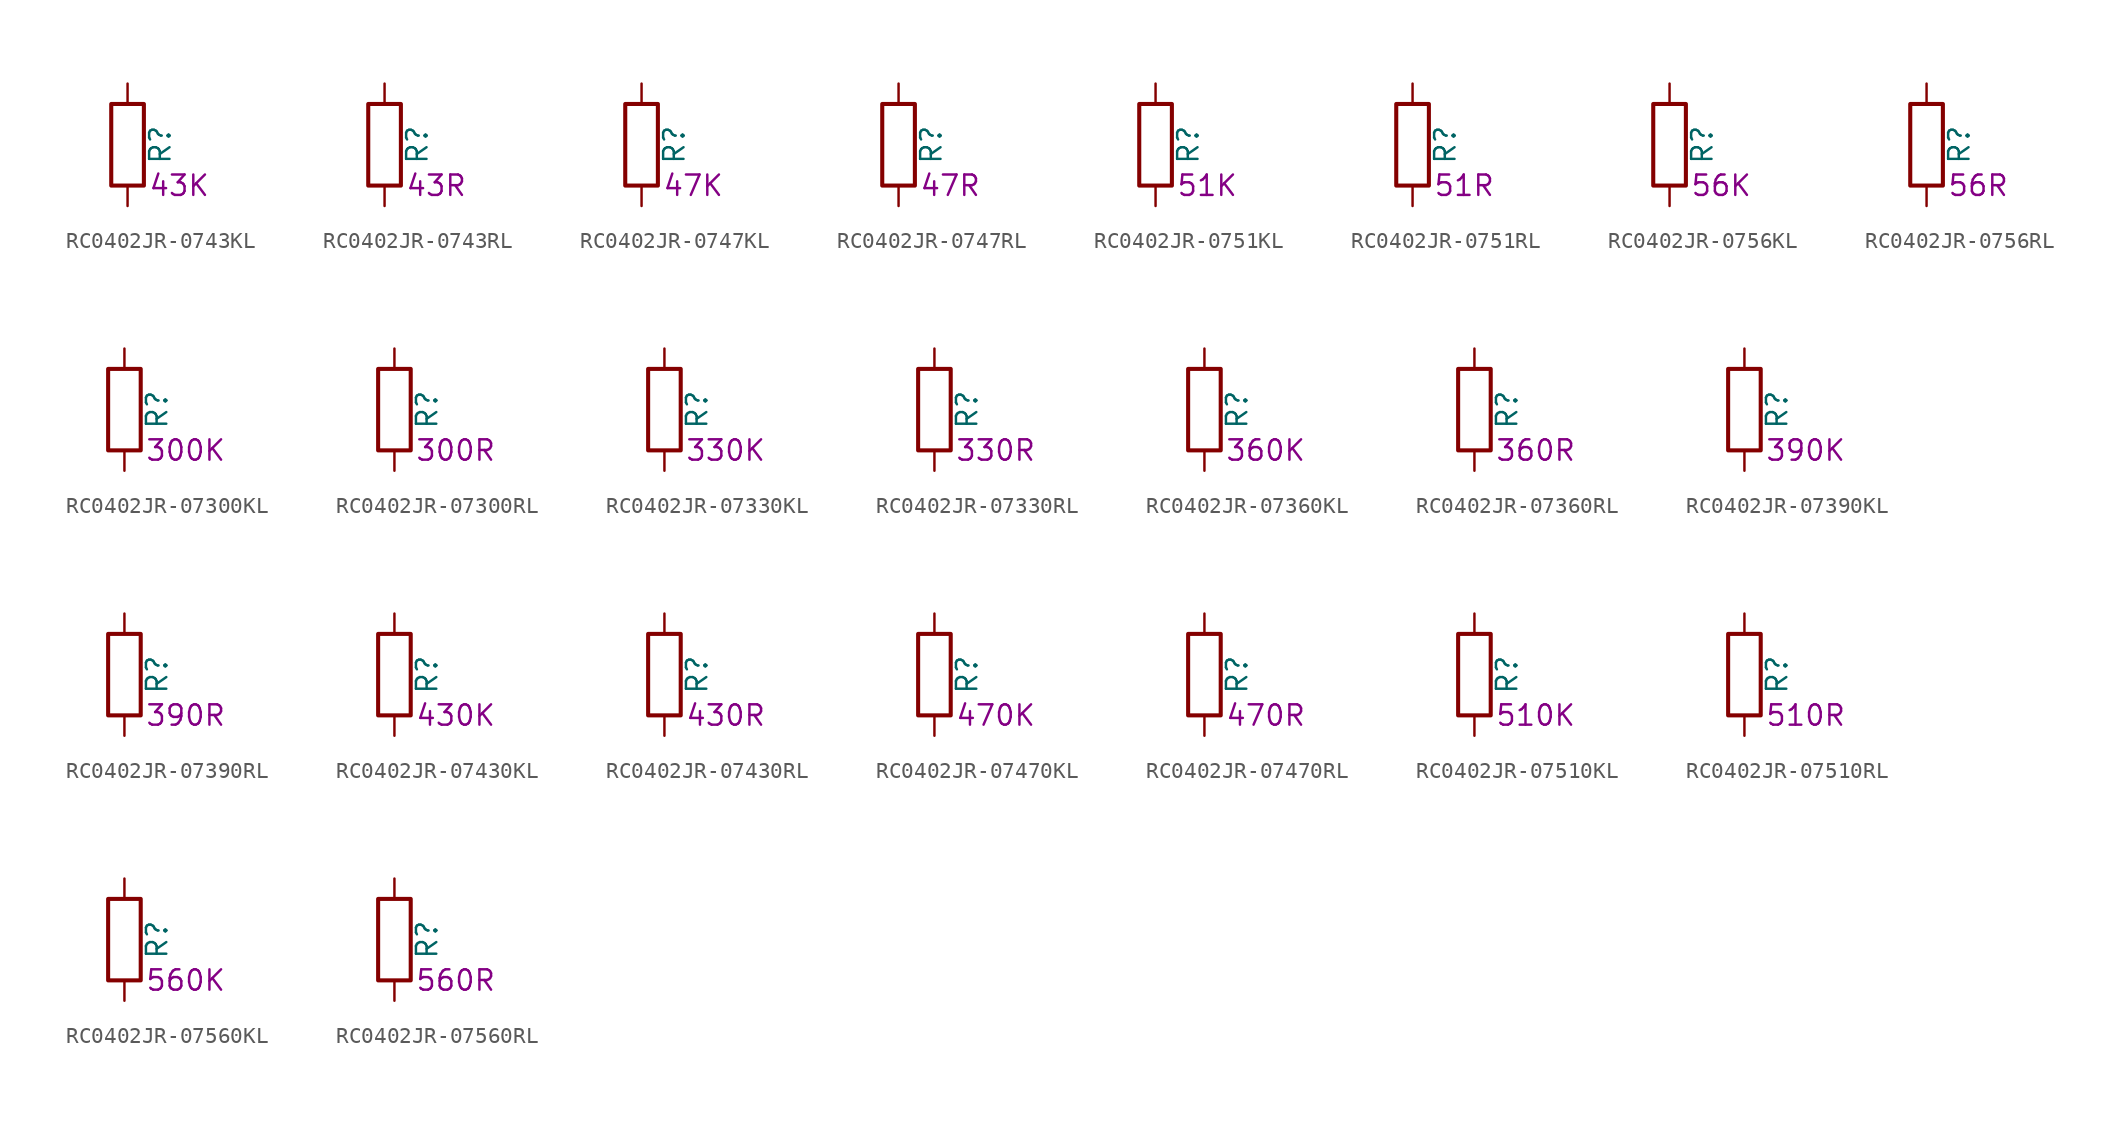
<source format=kicad_sym>
(kicad_symbol_lib
  (version 20220914)
  (generator kicad_symbol_editor)
  (symbol "RC0402JR-0743KL"
    (pin_numbers hide)
    (pin_names
      (offset 0))
    (property "Reference" "R"
      (at 2.032 0 90)
      (effects (font (size 1.27 1.27))))
    (property "Resistance" "43K"
      (at 1.27 -2.54 0)
      (effects (font (size 1.27 1.27)) (justify left)))
    (symbol "RC0402JR-0743KL_0_1"
      (rectangle (start -1.016 -2.54) (end 1.016 2.54) (stroke (width 0.254) (type default)) (fill (type none))))
    (symbol "RC0402JR-0743KL_1_1"
      (pin passive line (at 0 3.81 270) (length 1.27) (name "~" (effects (font (size 1.27 1.27)))) (number "1" (effects (font (size 1.27 1.27)))))
      (pin passive line (at 0 -3.81 90) (length 1.27) (name "~" (effects (font (size 1.27 1.27)))) (number "2" (effects (font (size 1.27 1.27)))))))
  (symbol "RC0402JR-0743RL"
    (pin_numbers hide)
    (pin_names
      (offset 0))
    (property "Reference" "R"
      (at 2.032 0 90)
      (effects (font (size 1.27 1.27))))
    (property "Resistance" "43R"
      (at 1.27 -2.54 0)
      (effects (font (size 1.27 1.27)) (justify left)))
    (symbol "RC0402JR-0743RL_0_1"
      (rectangle (start -1.016 -2.54) (end 1.016 2.54) (stroke (width 0.254) (type default)) (fill (type none))))
    (symbol "RC0402JR-0743RL_1_1"
      (pin passive line (at 0 3.81 270) (length 1.27) (name "~" (effects (font (size 1.27 1.27)))) (number "1" (effects (font (size 1.27 1.27)))))
      (pin passive line (at 0 -3.81 90) (length 1.27) (name "~" (effects (font (size 1.27 1.27)))) (number "2" (effects (font (size 1.27 1.27)))))))
  (symbol "RC0402JR-0747KL"
    (pin_numbers hide)
    (pin_names
      (offset 0))
    (property "Reference" "R"
      (at 2.032 0 90)
      (effects (font (size 1.27 1.27))))
    (property "Resistance" "47K"
      (at 1.27 -2.54 0)
      (effects (font (size 1.27 1.27)) (justify left)))
    (symbol "RC0402JR-0747KL_0_1"
      (rectangle (start -1.016 -2.54) (end 1.016 2.54) (stroke (width 0.254) (type default)) (fill (type none))))
    (symbol "RC0402JR-0747KL_1_1"
      (pin passive line (at 0 3.81 270) (length 1.27) (name "~" (effects (font (size 1.27 1.27)))) (number "1" (effects (font (size 1.27 1.27)))))
      (pin passive line (at 0 -3.81 90) (length 1.27) (name "~" (effects (font (size 1.27 1.27)))) (number "2" (effects (font (size 1.27 1.27)))))))
  (symbol "RC0402JR-0747RL"
    (pin_numbers hide)
    (pin_names
      (offset 0))
    (property "Reference" "R"
      (at 2.032 0 90)
      (effects (font (size 1.27 1.27))))
    (property "Resistance" "47R"
      (at 1.27 -2.54 0)
      (effects (font (size 1.27 1.27)) (justify left)))
    (symbol "RC0402JR-0747RL_0_1"
      (rectangle (start -1.016 -2.54) (end 1.016 2.54) (stroke (width 0.254) (type default)) (fill (type none))))
    (symbol "RC0402JR-0747RL_1_1"
      (pin passive line (at 0 3.81 270) (length 1.27) (name "~" (effects (font (size 1.27 1.27)))) (number "1" (effects (font (size 1.27 1.27)))))
      (pin passive line (at 0 -3.81 90) (length 1.27) (name "~" (effects (font (size 1.27 1.27)))) (number "2" (effects (font (size 1.27 1.27)))))))
  (symbol "RC0402JR-0751KL"
    (pin_numbers hide)
    (pin_names
      (offset 0))
    (property "Reference" "R"
      (at 2.032 0 90)
      (effects (font (size 1.27 1.27))))
    (property "Resistance" "51K"
      (at 1.27 -2.54 0)
      (effects (font (size 1.27 1.27)) (justify left)))
    (symbol "RC0402JR-0751KL_0_1"
      (rectangle (start -1.016 -2.54) (end 1.016 2.54) (stroke (width 0.254) (type default)) (fill (type none))))
    (symbol "RC0402JR-0751KL_1_1"
      (pin passive line (at 0 3.81 270) (length 1.27) (name "~" (effects (font (size 1.27 1.27)))) (number "1" (effects (font (size 1.27 1.27)))))
      (pin passive line (at 0 -3.81 90) (length 1.27) (name "~" (effects (font (size 1.27 1.27)))) (number "2" (effects (font (size 1.27 1.27)))))))
  (symbol "RC0402JR-0751RL"
    (pin_numbers hide)
    (pin_names
      (offset 0))
    (property "Reference" "R"
      (at 2.032 0 90)
      (effects (font (size 1.27 1.27))))
    (property "Resistance" "51R"
      (at 1.27 -2.54 0)
      (effects (font (size 1.27 1.27)) (justify left)))
    (symbol "RC0402JR-0751RL_0_1"
      (rectangle (start -1.016 -2.54) (end 1.016 2.54) (stroke (width 0.254) (type default)) (fill (type none))))
    (symbol "RC0402JR-0751RL_1_1"
      (pin passive line (at 0 3.81 270) (length 1.27) (name "~" (effects (font (size 1.27 1.27)))) (number "1" (effects (font (size 1.27 1.27)))))
      (pin passive line (at 0 -3.81 90) (length 1.27) (name "~" (effects (font (size 1.27 1.27)))) (number "2" (effects (font (size 1.27 1.27)))))))
  (symbol "RC0402JR-0756KL"
    (pin_numbers hide)
    (pin_names
      (offset 0))
    (property "Reference" "R"
      (at 2.032 0 90)
      (effects (font (size 1.27 1.27))))
    (property "Resistance" "56K"
      (at 1.27 -2.54 0)
      (effects (font (size 1.27 1.27)) (justify left)))
    (symbol "RC0402JR-0756KL_0_1"
      (rectangle (start -1.016 -2.54) (end 1.016 2.54) (stroke (width 0.254) (type default)) (fill (type none))))
    (symbol "RC0402JR-0756KL_1_1"
      (pin passive line (at 0 3.81 270) (length 1.27) (name "~" (effects (font (size 1.27 1.27)))) (number "1" (effects (font (size 1.27 1.27)))))
      (pin passive line (at 0 -3.81 90) (length 1.27) (name "~" (effects (font (size 1.27 1.27)))) (number "2" (effects (font (size 1.27 1.27)))))))
  (symbol "RC0402JR-0756RL"
    (pin_numbers hide)
    (pin_names
      (offset 0))
    (property "Reference" "R"
      (at 2.032 0 90)
      (effects (font (size 1.27 1.27))))
    (property "Resistance" "56R"
      (at 1.27 -2.54 0)
      (effects (font (size 1.27 1.27)) (justify left)))
    (symbol "RC0402JR-0756RL_0_1"
      (rectangle (start -1.016 -2.54) (end 1.016 2.54) (stroke (width 0.254) (type default)) (fill (type none))))
    (symbol "RC0402JR-0756RL_1_1"
      (pin passive line (at 0 3.81 270) (length 1.27) (name "~" (effects (font (size 1.27 1.27)))) (number "1" (effects (font (size 1.27 1.27)))))
      (pin passive line (at 0 -3.81 90) (length 1.27) (name "~" (effects (font (size 1.27 1.27)))) (number "2" (effects (font (size 1.27 1.27)))))))
  (symbol "RC0402JR-07300KL"
    (pin_numbers hide)
    (pin_names
      (offset 0))
    (property "Reference" "R"
      (at 2.032 0 90)
      (effects (font (size 1.27 1.27))))
    (property "Resistance" "300K"
      (at 1.27 -2.54 0)
      (effects (font (size 1.27 1.27)) (justify left)))
    (symbol "RC0402JR-07300KL_0_1"
      (rectangle (start -1.016 -2.54) (end 1.016 2.54) (stroke (width 0.254) (type default)) (fill (type none))))
    (symbol "RC0402JR-07300KL_1_1"
      (pin passive line (at 0 3.81 270) (length 1.27) (name "~" (effects (font (size 1.27 1.27)))) (number "1" (effects (font (size 1.27 1.27)))))
      (pin passive line (at 0 -3.81 90) (length 1.27) (name "~" (effects (font (size 1.27 1.27)))) (number "2" (effects (font (size 1.27 1.27)))))))
  (symbol "RC0402JR-07300RL"
    (pin_numbers hide)
    (pin_names
      (offset 0))
    (property "Reference" "R"
      (at 2.032 0 90)
      (effects (font (size 1.27 1.27))))
    (property "Resistance" "300R"
      (at 1.27 -2.54 0)
      (effects (font (size 1.27 1.27)) (justify left)))
    (symbol "RC0402JR-07300RL_0_1"
      (rectangle (start -1.016 -2.54) (end 1.016 2.54) (stroke (width 0.254) (type default)) (fill (type none))))
    (symbol "RC0402JR-07300RL_1_1"
      (pin passive line (at 0 3.81 270) (length 1.27) (name "~" (effects (font (size 1.27 1.27)))) (number "1" (effects (font (size 1.27 1.27)))))
      (pin passive line (at 0 -3.81 90) (length 1.27) (name "~" (effects (font (size 1.27 1.27)))) (number "2" (effects (font (size 1.27 1.27)))))))
  (symbol "RC0402JR-07330KL"
    (pin_numbers hide)
    (pin_names
      (offset 0))
    (property "Reference" "R"
      (at 2.032 0 90)
      (effects (font (size 1.27 1.27))))
    (property "Resistance" "330K"
      (at 1.27 -2.54 0)
      (effects (font (size 1.27 1.27)) (justify left)))
    (symbol "RC0402JR-07330KL_0_1"
      (rectangle (start -1.016 -2.54) (end 1.016 2.54) (stroke (width 0.254) (type default)) (fill (type none))))
    (symbol "RC0402JR-07330KL_1_1"
      (pin passive line (at 0 3.81 270) (length 1.27) (name "~" (effects (font (size 1.27 1.27)))) (number "1" (effects (font (size 1.27 1.27)))))
      (pin passive line (at 0 -3.81 90) (length 1.27) (name "~" (effects (font (size 1.27 1.27)))) (number "2" (effects (font (size 1.27 1.27)))))))
  (symbol "RC0402JR-07330RL"
    (pin_numbers hide)
    (pin_names
      (offset 0))
    (property "Reference" "R"
      (at 2.032 0 90)
      (effects (font (size 1.27 1.27))))
    (property "Resistance" "330R"
      (at 1.27 -2.54 0)
      (effects (font (size 1.27 1.27)) (justify left)))
    (symbol "RC0402JR-07330RL_0_1"
      (rectangle (start -1.016 -2.54) (end 1.016 2.54) (stroke (width 0.254) (type default)) (fill (type none))))
    (symbol "RC0402JR-07330RL_1_1"
      (pin passive line (at 0 3.81 270) (length 1.27) (name "~" (effects (font (size 1.27 1.27)))) (number "1" (effects (font (size 1.27 1.27)))))
      (pin passive line (at 0 -3.81 90) (length 1.27) (name "~" (effects (font (size 1.27 1.27)))) (number "2" (effects (font (size 1.27 1.27)))))))
  (symbol "RC0402JR-07360KL"
    (pin_numbers hide)
    (pin_names
      (offset 0))
    (property "Reference" "R"
      (at 2.032 0 90)
      (effects (font (size 1.27 1.27))))
    (property "Resistance" "360K"
      (at 1.27 -2.54 0)
      (effects (font (size 1.27 1.27)) (justify left)))
    (symbol "RC0402JR-07360KL_0_1"
      (rectangle (start -1.016 -2.54) (end 1.016 2.54) (stroke (width 0.254) (type default)) (fill (type none))))
    (symbol "RC0402JR-07360KL_1_1"
      (pin passive line (at 0 3.81 270) (length 1.27) (name "~" (effects (font (size 1.27 1.27)))) (number "1" (effects (font (size 1.27 1.27)))))
      (pin passive line (at 0 -3.81 90) (length 1.27) (name "~" (effects (font (size 1.27 1.27)))) (number "2" (effects (font (size 1.27 1.27)))))))
  (symbol "RC0402JR-07360RL"
    (pin_numbers hide)
    (pin_names
      (offset 0))
    (property "Reference" "R"
      (at 2.032 0 90)
      (effects (font (size 1.27 1.27))))
    (property "Resistance" "360R"
      (at 1.27 -2.54 0)
      (effects (font (size 1.27 1.27)) (justify left)))
    (symbol "RC0402JR-07360RL_0_1"
      (rectangle (start -1.016 -2.54) (end 1.016 2.54) (stroke (width 0.254) (type default)) (fill (type none))))
    (symbol "RC0402JR-07360RL_1_1"
      (pin passive line (at 0 3.81 270) (length 1.27) (name "~" (effects (font (size 1.27 1.27)))) (number "1" (effects (font (size 1.27 1.27)))))
      (pin passive line (at 0 -3.81 90) (length 1.27) (name "~" (effects (font (size 1.27 1.27)))) (number "2" (effects (font (size 1.27 1.27)))))))
  (symbol "RC0402JR-07390KL"
    (pin_numbers hide)
    (pin_names
      (offset 0))
    (property "Reference" "R"
      (at 2.032 0 90)
      (effects (font (size 1.27 1.27))))
    (property "Resistance" "390K"
      (at 1.27 -2.54 0)
      (effects (font (size 1.27 1.27)) (justify left)))
    (symbol "RC0402JR-07390KL_0_1"
      (rectangle (start -1.016 -2.54) (end 1.016 2.54) (stroke (width 0.254) (type default)) (fill (type none))))
    (symbol "RC0402JR-07390KL_1_1"
      (pin passive line (at 0 3.81 270) (length 1.27) (name "~" (effects (font (size 1.27 1.27)))) (number "1" (effects (font (size 1.27 1.27)))))
      (pin passive line (at 0 -3.81 90) (length 1.27) (name "~" (effects (font (size 1.27 1.27)))) (number "2" (effects (font (size 1.27 1.27)))))))
  (symbol "RC0402JR-07390RL"
    (pin_numbers hide)
    (pin_names
      (offset 0))
    (property "Reference" "R"
      (at 2.032 0 90)
      (effects (font (size 1.27 1.27))))
    (property "Resistance" "390R"
      (at 1.27 -2.54 0)
      (effects (font (size 1.27 1.27)) (justify left)))
    (symbol "RC0402JR-07390RL_0_1"
      (rectangle (start -1.016 -2.54) (end 1.016 2.54) (stroke (width 0.254) (type default)) (fill (type none))))
    (symbol "RC0402JR-07390RL_1_1"
      (pin passive line (at 0 3.81 270) (length 1.27) (name "~" (effects (font (size 1.27 1.27)))) (number "1" (effects (font (size 1.27 1.27)))))
      (pin passive line (at 0 -3.81 90) (length 1.27) (name "~" (effects (font (size 1.27 1.27)))) (number "2" (effects (font (size 1.27 1.27)))))))
  (symbol "RC0402JR-07430KL"
    (pin_numbers hide)
    (pin_names
      (offset 0))
    (property "Reference" "R"
      (at 2.032 0 90)
      (effects (font (size 1.27 1.27))))
    (property "Resistance" "430K"
      (at 1.27 -2.54 0)
      (effects (font (size 1.27 1.27)) (justify left)))
    (symbol "RC0402JR-07430KL_0_1"
      (rectangle (start -1.016 -2.54) (end 1.016 2.54) (stroke (width 0.254) (type default)) (fill (type none))))
    (symbol "RC0402JR-07430KL_1_1"
      (pin passive line (at 0 3.81 270) (length 1.27) (name "~" (effects (font (size 1.27 1.27)))) (number "1" (effects (font (size 1.27 1.27)))))
      (pin passive line (at 0 -3.81 90) (length 1.27) (name "~" (effects (font (size 1.27 1.27)))) (number "2" (effects (font (size 1.27 1.27)))))))
  (symbol "RC0402JR-07430RL"
    (pin_numbers hide)
    (pin_names
      (offset 0))
    (property "Reference" "R"
      (at 2.032 0 90)
      (effects (font (size 1.27 1.27))))
    (property "Resistance" "430R"
      (at 1.27 -2.54 0)
      (effects (font (size 1.27 1.27)) (justify left)))
    (symbol "RC0402JR-07430RL_0_1"
      (rectangle (start -1.016 -2.54) (end 1.016 2.54) (stroke (width 0.254) (type default)) (fill (type none))))
    (symbol "RC0402JR-07430RL_1_1"
      (pin passive line (at 0 3.81 270) (length 1.27) (name "~" (effects (font (size 1.27 1.27)))) (number "1" (effects (font (size 1.27 1.27)))))
      (pin passive line (at 0 -3.81 90) (length 1.27) (name "~" (effects (font (size 1.27 1.27)))) (number "2" (effects (font (size 1.27 1.27)))))))
  (symbol "RC0402JR-07470KL"
    (pin_numbers hide)
    (pin_names
      (offset 0))
    (property "Reference" "R"
      (at 2.032 0 90)
      (effects (font (size 1.27 1.27))))
    (property "Resistance" "470K"
      (at 1.27 -2.54 0)
      (effects (font (size 1.27 1.27)) (justify left)))
    (symbol "RC0402JR-07470KL_0_1"
      (rectangle (start -1.016 -2.54) (end 1.016 2.54) (stroke (width 0.254) (type default)) (fill (type none))))
    (symbol "RC0402JR-07470KL_1_1"
      (pin passive line (at 0 3.81 270) (length 1.27) (name "~" (effects (font (size 1.27 1.27)))) (number "1" (effects (font (size 1.27 1.27)))))
      (pin passive line (at 0 -3.81 90) (length 1.27) (name "~" (effects (font (size 1.27 1.27)))) (number "2" (effects (font (size 1.27 1.27)))))))
  (symbol "RC0402JR-07470RL"
    (pin_numbers hide)
    (pin_names
      (offset 0))
    (property "Reference" "R"
      (at 2.032 0 90)
      (effects (font (size 1.27 1.27))))
    (property "Resistance" "470R"
      (at 1.27 -2.54 0)
      (effects (font (size 1.27 1.27)) (justify left)))
    (symbol "RC0402JR-07470RL_0_1"
      (rectangle (start -1.016 -2.54) (end 1.016 2.54) (stroke (width 0.254) (type default)) (fill (type none))))
    (symbol "RC0402JR-07470RL_1_1"
      (pin passive line (at 0 3.81 270) (length 1.27) (name "~" (effects (font (size 1.27 1.27)))) (number "1" (effects (font (size 1.27 1.27)))))
      (pin passive line (at 0 -3.81 90) (length 1.27) (name "~" (effects (font (size 1.27 1.27)))) (number "2" (effects (font (size 1.27 1.27)))))))
  (symbol "RC0402JR-07510KL"
    (pin_numbers hide)
    (pin_names
      (offset 0))
    (property "Reference" "R"
      (at 2.032 0 90)
      (effects (font (size 1.27 1.27))))
    (property "Resistance" "510K"
      (at 1.27 -2.54 0)
      (effects (font (size 1.27 1.27)) (justify left)))
    (symbol "RC0402JR-07510KL_0_1"
      (rectangle (start -1.016 -2.54) (end 1.016 2.54) (stroke (width 0.254) (type default)) (fill (type none))))
    (symbol "RC0402JR-07510KL_1_1"
      (pin passive line (at 0 3.81 270) (length 1.27) (name "~" (effects (font (size 1.27 1.27)))) (number "1" (effects (font (size 1.27 1.27)))))
      (pin passive line (at 0 -3.81 90) (length 1.27) (name "~" (effects (font (size 1.27 1.27)))) (number "2" (effects (font (size 1.27 1.27)))))))
  (symbol "RC0402JR-07510RL"
    (pin_numbers hide)
    (pin_names
      (offset 0))
    (property "Reference" "R"
      (at 2.032 0 90)
      (effects (font (size 1.27 1.27))))
    (property "Resistance" "510R"
      (at 1.27 -2.54 0)
      (effects (font (size 1.27 1.27)) (justify left)))
    (symbol "RC0402JR-07510RL_0_1"
      (rectangle (start -1.016 -2.54) (end 1.016 2.54) (stroke (width 0.254) (type default)) (fill (type none))))
    (symbol "RC0402JR-07510RL_1_1"
      (pin passive line (at 0 3.81 270) (length 1.27) (name "~" (effects (font (size 1.27 1.27)))) (number "1" (effects (font (size 1.27 1.27)))))
      (pin passive line (at 0 -3.81 90) (length 1.27) (name "~" (effects (font (size 1.27 1.27)))) (number "2" (effects (font (size 1.27 1.27)))))))
  (symbol "RC0402JR-07560KL"
    (pin_numbers hide)
    (pin_names
      (offset 0))
    (property "Reference" "R"
      (at 2.032 0 90)
      (effects (font (size 1.27 1.27))))
    (property "Resistance" "560K"
      (at 1.27 -2.54 0)
      (effects (font (size 1.27 1.27)) (justify left)))
    (symbol "RC0402JR-07560KL_0_1"
      (rectangle (start -1.016 -2.54) (end 1.016 2.54) (stroke (width 0.254) (type default)) (fill (type none))))
    (symbol "RC0402JR-07560KL_1_1"
      (pin passive line (at 0 3.81 270) (length 1.27) (name "~" (effects (font (size 1.27 1.27)))) (number "1" (effects (font (size 1.27 1.27)))))
      (pin passive line (at 0 -3.81 90) (length 1.27) (name "~" (effects (font (size 1.27 1.27)))) (number "2" (effects (font (size 1.27 1.27)))))))
  (symbol "RC0402JR-07560RL"
    (pin_numbers hide)
    (pin_names
      (offset 0))
    (property "Reference" "R"
      (at 2.032 0 90)
      (effects (font (size 1.27 1.27))))
    (property "Resistance" "560R"
      (at 1.27 -2.54 0)
      (effects (font (size 1.27 1.27)) (justify left)))
    (symbol "RC0402JR-07560RL_0_1"
      (rectangle (start -1.016 -2.54) (end 1.016 2.54) (stroke (width 0.254) (type default)) (fill (type none))))
    (symbol "RC0402JR-07560RL_1_1"
      (pin passive line (at 0 3.81 270) (length 1.27) (name "~" (effects (font (size 1.27 1.27)))) (number "1" (effects (font (size 1.27 1.27)))))
      (pin passive line (at 0 -3.81 90) (length 1.27) (name "~" (effects (font (size 1.27 1.27)))) (number "2" (effects (font (size 1.27 1.27))))))))
</source>
